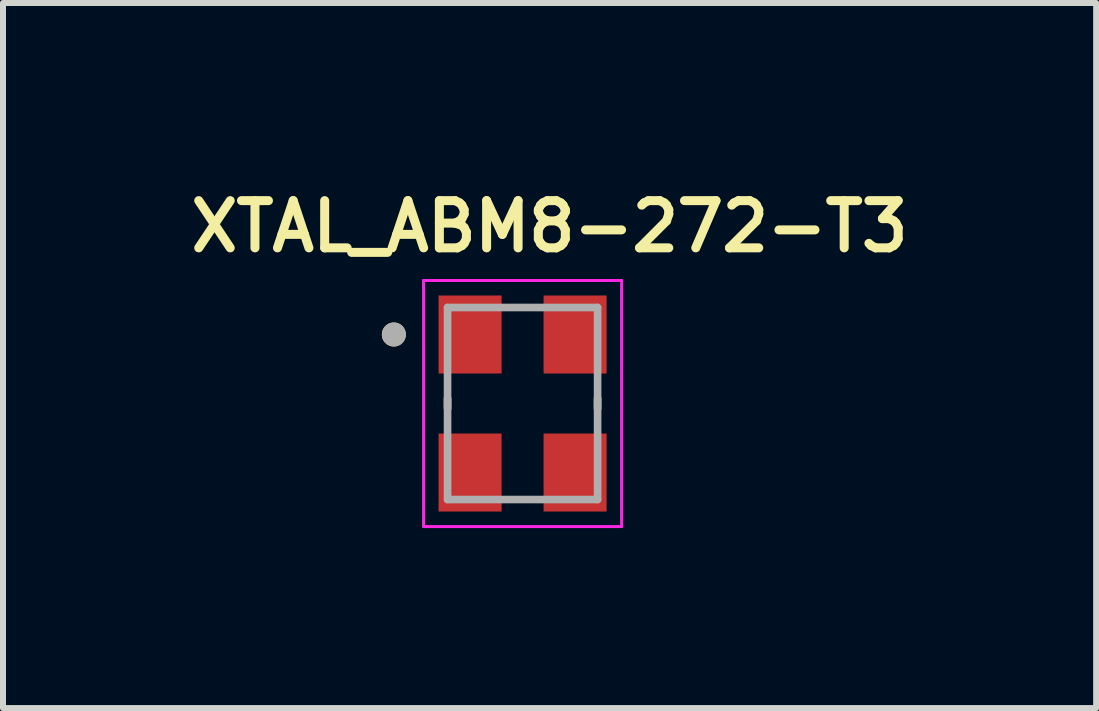
<source format=kicad_pcb>
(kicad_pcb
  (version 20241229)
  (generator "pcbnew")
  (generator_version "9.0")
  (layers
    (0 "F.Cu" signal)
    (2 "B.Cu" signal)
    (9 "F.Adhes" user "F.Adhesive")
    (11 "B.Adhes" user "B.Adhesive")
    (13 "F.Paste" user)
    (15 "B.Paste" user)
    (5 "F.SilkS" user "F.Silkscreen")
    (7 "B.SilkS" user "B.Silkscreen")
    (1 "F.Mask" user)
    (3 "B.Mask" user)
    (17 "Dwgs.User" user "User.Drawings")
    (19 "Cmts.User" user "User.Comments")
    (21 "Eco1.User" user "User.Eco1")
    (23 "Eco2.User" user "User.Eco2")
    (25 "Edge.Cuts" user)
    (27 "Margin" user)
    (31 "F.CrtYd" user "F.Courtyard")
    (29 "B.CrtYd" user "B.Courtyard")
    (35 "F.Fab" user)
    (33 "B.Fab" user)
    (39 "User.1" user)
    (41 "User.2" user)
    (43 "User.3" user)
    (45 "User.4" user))
  (footprint "XTAL_ABM8-272-T3"
    (layer "F.Cu")
    (at 5.658 3.674)
    (property "Reference" "XTAL_ABM8-272-T3" (at 0.45 -2.95 0) (layer "F.SilkS") (effects (font (size 0.787 0.787) (thickness 0.15))))
    (attr smd)
    (fp_line (start -1.25 -0.085) (end -1.25 0.085) (stroke (width 0.127) (type solid)) (layer "F.SilkS"))
    (fp_line (start 1.25 -0.085) (end 1.25 0.085) (stroke (width 0.127) (type solid)) (layer "F.SilkS"))
    (fp_circle (center -2.145 -1.15) (end -2.045 -1.15) (stroke (width 0.2) (type solid)) (fill no) (layer "F.SilkS"))
    (fp_line (start -1.65 -2.05) (end -1.65 2.05) (stroke (width 0.05) (type solid)) (layer "F.CrtYd"))
    (fp_line (start -1.65 2.05) (end 1.65 2.05) (stroke (width 0.05) (type solid)) (layer "F.CrtYd"))
    (fp_line (start 1.65 -2.05) (end -1.65 -2.05) (stroke (width 0.05) (type solid)) (layer "F.CrtYd"))
    (fp_line (start 1.65 2.05) (end 1.65 -2.05) (stroke (width 0.05) (type solid)) (layer "F.CrtYd"))
    (fp_line (start -1.25 -1.6) (end -1.25 1.6) (stroke (width 0.127) (type solid)) (layer "F.Fab"))
    (fp_line (start -1.25 1.6) (end 1.25 1.6) (stroke (width 0.127) (type solid)) (layer "F.Fab"))
    (fp_line (start 1.25 -1.6) (end -1.25 -1.6) (stroke (width 0.127) (type solid)) (layer "F.Fab"))
    (fp_line (start 1.25 1.6) (end 1.25 -1.6) (stroke (width 0.127) (type solid)) (layer "F.Fab"))
    (fp_circle (center -2.145 -1.15) (end -2.045 -1.15) (stroke (width 0.2) (type solid)) (fill no) (layer "F.Fab"))
    (pad "1" smd rect (at -0.875 -1.15) (size 1.05 1.3) (layers "F.Cu" "F.Mask" "F.Paste"))
    (pad "2" smd rect (at -0.875 1.15) (size 1.05 1.3) (layers "F.Cu" "F.Mask" "F.Paste"))
    (pad "3" smd rect (at 0.875 1.15) (size 1.05 1.3) (layers "F.Cu" "F.Mask" "F.Paste"))
    (pad "4" smd rect (at 0.875 -1.15) (size 1.05 1.3) (layers "F.Cu" "F.Mask" "F.Paste")))
  (gr_rect
    (start -3 -3)
    (end 15.216 8.749)
    (stroke (width 0.1) (type default))
    (fill no)
    (layer "Edge.Cuts")))
</source>
